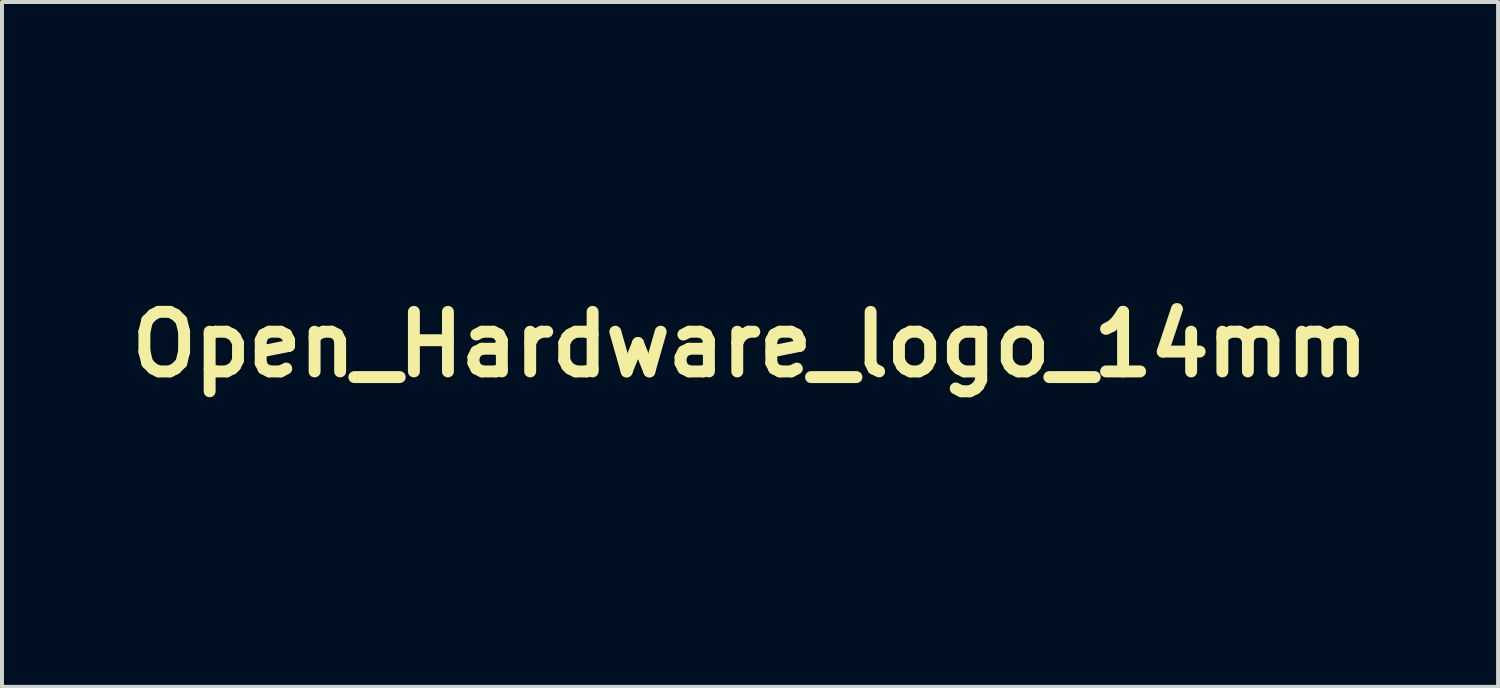
<source format=kicad_pcb>
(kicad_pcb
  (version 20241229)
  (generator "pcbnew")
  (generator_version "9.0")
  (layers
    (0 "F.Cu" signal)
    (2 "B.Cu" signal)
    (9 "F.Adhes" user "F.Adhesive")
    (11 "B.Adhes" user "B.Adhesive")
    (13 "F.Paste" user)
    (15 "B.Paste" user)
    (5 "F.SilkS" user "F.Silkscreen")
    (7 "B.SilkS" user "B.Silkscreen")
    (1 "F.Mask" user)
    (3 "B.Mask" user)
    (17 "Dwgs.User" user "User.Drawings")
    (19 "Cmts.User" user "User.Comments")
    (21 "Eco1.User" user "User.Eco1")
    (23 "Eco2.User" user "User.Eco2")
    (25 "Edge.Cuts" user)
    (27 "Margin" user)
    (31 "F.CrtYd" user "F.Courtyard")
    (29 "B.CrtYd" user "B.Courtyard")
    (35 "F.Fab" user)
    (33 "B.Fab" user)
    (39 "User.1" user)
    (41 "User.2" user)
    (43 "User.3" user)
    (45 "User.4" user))
  (footprint "Open_Hardware_logo_14mm"
    (layer "F.Cu")
    (at 15.836 5.624)
    (property "Reference" "Open_Hardware_logo_14mm" (at 0 0 0) (layer "F.SilkS") (effects (font (size 1.5 1.5) (thickness 0.3))))
    (attr board_only exclude_from_pos_files exclude_from_bom)
    (fp_poly (pts (xy 1.181 3.898) (xy 1.222 3.917) (xy 1.331 3.989) (xy 1.413 4.076) (xy 1.464 4.173) (xy 1.481 4.272) (xy 1.475 4.327) (xy 1.451 4.365) (xy 1.425 4.386) (xy 1.367 4.417) (xy 1.304 4.437) (xy 1.304 4.437) (xy 1.26 4.441) (xy 1.238 4.428) (xy 1.227 4.393) (xy 1.2 4.293) (xy 1.169 4.226) (xy 1.13 4.185) (xy 1.077 4.165) (xy 1.027 4.161) (xy 0.954 4.176) (xy 0.904 4.219) (xy 0.876 4.293) (xy 0.874 4.305) (xy 0.87 4.346) (xy 0.866 4.418) (xy 0.861 4.512) (xy 0.856 4.622) (xy 0.851 4.739) (xy 0.839 5.1) (xy 0.771 5.129) (xy 0.688 5.16) (xy 0.631 5.17) (xy 0.598 5.16) (xy 0.586 5.143) (xy 0.582 5.115) (xy 0.578 5.055) (xy 0.575 4.969) (xy 0.573 4.863) (xy 0.572 4.743) (xy 0.572 4.677) (xy 0.572 4.538) (xy 0.573 4.432) (xy 0.575 4.351) (xy 0.579 4.292) (xy 0.584 4.248) (xy 0.592 4.215) (xy 0.603 4.185) (xy 0.617 4.156) (xy 0.68 4.054) (xy 0.76 3.976) (xy 0.867 3.912) (xy 0.875 3.908) (xy 0.98 3.871) (xy 1.079 3.868)) (stroke (width 0) (type solid)) (fill yes) (layer "F.Mask"))
    (fp_poly (pts (xy 5.423 3.884) (xy 5.531 3.899) (xy 5.62 3.933) (xy 5.695 3.99) (xy 5.765 4.075) (xy 5.826 4.175) (xy 5.841 4.222) (xy 5.848 4.282) (xy 5.849 4.289) (xy 5.846 4.333) (xy 5.831 4.361) (xy 5.795 4.386) (xy 5.764 4.401) (xy 5.691 4.433) (xy 5.643 4.441) (xy 5.612 4.426) (xy 5.592 4.385) (xy 5.585 4.363) (xy 5.557 4.275) (xy 5.526 4.217) (xy 5.488 4.184) (xy 5.447 4.17) (xy 5.385 4.165) (xy 5.329 4.17) (xy 5.297 4.179) (xy 5.271 4.194) (xy 5.252 4.219) (xy 5.238 4.259) (xy 5.228 4.318) (xy 5.221 4.401) (xy 5.216 4.511) (xy 5.212 4.654) (xy 5.211 4.676) (xy 5.202 5.086) (xy 5.117 5.13) (xy 5.04 5.162) (xy 4.98 5.173) (xy 4.943 5.161) (xy 4.943 5.161) (xy 4.936 5.135) (xy 4.931 5.077) (xy 4.93 4.995) (xy 4.931 4.893) (xy 4.933 4.778) (xy 4.938 4.656) (xy 4.944 4.533) (xy 4.952 4.414) (xy 4.96 4.308) (xy 4.969 4.218) (xy 4.979 4.151) (xy 4.989 4.115) (xy 5.032 4.044) (xy 5.095 3.985) (xy 5.188 3.928) (xy 5.191 3.926) (xy 5.248 3.899) (xy 5.297 3.885) (xy 5.353 3.881)) (stroke (width 0) (type solid)) (fill yes) (layer "F.Mask"))
    (fp_poly (pts (xy -6.377 3.812) (xy -6.258 3.846) (xy -6.151 3.906) (xy -6.107 3.942) (xy -6.062 3.986) (xy -6.029 4.026) (xy -6.004 4.069) (xy -5.988 4.121) (xy -5.978 4.188) (xy -5.973 4.276) (xy -5.971 4.391) (xy -5.97 4.49) (xy -5.97 4.846) (xy -6.023 4.933) (xy -6.101 5.034) (xy -6.203 5.11) (xy -6.308 5.157) (xy -6.412 5.185) (xy -6.499 5.189) (xy -6.583 5.168) (xy -6.612 5.156) (xy -6.73 5.089) (xy -6.819 5.008) (xy -6.883 4.907) (xy -6.924 4.782) (xy -6.945 4.628) (xy -6.946 4.619) (xy -6.949 4.459) (xy -6.598 4.459) (xy -6.595 4.564) (xy -6.585 4.669) (xy -6.568 4.743) (xy -6.539 4.789) (xy -6.497 4.812) (xy -6.449 4.818) (xy -6.393 4.81) (xy -6.352 4.792) (xy -6.347 4.789) (xy -6.323 4.75) (xy -6.307 4.69) (xy -6.3 4.604) (xy -6.3 4.487) (xy -6.302 4.436) (xy -6.309 4.328) (xy -6.321 4.251) (xy -6.34 4.202) (xy -6.369 4.174) (xy -6.41 4.163) (xy -6.434 4.161) (xy -6.497 4.171) (xy -6.543 4.203) (xy -6.575 4.26) (xy -6.592 4.344) (xy -6.598 4.459) (xy -6.949 4.459) (xy -6.949 4.421) (xy -6.932 4.252) (xy -6.892 4.111) (xy -6.83 3.997) (xy -6.745 3.908) (xy -6.636 3.842) (xy -6.608 3.83) (xy -6.497 3.806)) (stroke (width 0) (type solid)) (fill yes) (layer "F.Mask"))
    (fp_poly (pts (xy -2.928 3.812) (xy -2.814 3.843) (xy -2.714 3.906) (xy -2.623 4.004) (xy -2.598 4.039) (xy -2.522 4.151) (xy -2.515 4.615) (xy -2.508 5.079) (xy -2.632 5.135) (xy -2.711 5.17) (xy -2.764 5.187) (xy -2.797 5.188) (xy -2.818 5.174) (xy -2.828 5.16) (xy -2.833 5.132) (xy -2.839 5.073) (xy -2.844 4.988) (xy -2.849 4.883) (xy -2.853 4.765) (xy -2.854 4.714) (xy -2.858 4.558) (xy -2.864 4.435) (xy -2.871 4.341) (xy -2.881 4.273) (xy -2.895 4.225) (xy -2.911 4.193) (xy -2.93 4.176) (xy -2.962 4.167) (xy -3.014 4.162) (xy -3.03 4.162) (xy -3.081 4.165) (xy -3.109 4.179) (xy -3.126 4.213) (xy -3.128 4.217) (xy -3.134 4.252) (xy -3.141 4.318) (xy -3.147 4.409) (xy -3.153 4.518) (xy -3.159 4.639) (xy -3.16 4.682) (xy -3.173 5.09) (xy -3.292 5.141) (xy -3.372 5.174) (xy -3.425 5.189) (xy -3.458 5.187) (xy -3.478 5.169) (xy -3.483 5.16) (xy -3.489 5.125) (xy -3.493 5.06) (xy -3.496 4.97) (xy -3.497 4.862) (xy -3.497 4.742) (xy -3.496 4.617) (xy -3.494 4.492) (xy -3.49 4.375) (xy -3.485 4.272) (xy -3.48 4.19) (xy -3.473 4.134) (xy -3.47 4.119) (xy -3.423 4.022) (xy -3.347 3.936) (xy -3.249 3.869) (xy -3.137 3.824) (xy -3.06 3.811)) (stroke (width 0) (type solid)) (fill yes) (layer "F.Mask"))
    (fp_poly (pts (xy -1.354 3.484) (xy -1.343 3.511) (xy -1.338 3.548) (xy -1.334 3.611) (xy -1.331 3.689) (xy -1.331 3.726) (xy -1.33 3.801) (xy -1.326 3.86) (xy -1.32 3.894) (xy -1.317 3.899) (xy -1.291 3.894) (xy -1.244 3.884) (xy -1.223 3.88) (xy -1.112 3.872) (xy -0.999 3.897) (xy -0.894 3.949) (xy -0.804 4.026) (xy -0.743 4.115) (xy -0.727 4.147) (xy -0.715 4.175) (xy -0.707 4.207) (xy -0.701 4.247) (xy -0.697 4.301) (xy -0.695 4.374) (xy -0.694 4.471) (xy -0.694 4.599) (xy -0.694 4.655) (xy -0.694 5.097) (xy -0.78 5.135) (xy -0.847 5.162) (xy -0.889 5.172) (xy -0.915 5.163) (xy -0.93 5.141) (xy -0.935 5.113) (xy -0.94 5.054) (xy -0.945 4.969) (xy -0.95 4.864) (xy -0.955 4.745) (xy -0.956 4.686) (xy -0.96 4.563) (xy -0.965 4.451) (xy -0.97 4.356) (xy -0.975 4.285) (xy -0.98 4.243) (xy -0.982 4.234) (xy -1.02 4.192) (xy -1.079 4.168) (xy -1.149 4.163) (xy -1.218 4.178) (xy -1.268 4.21) (xy -1.32 4.258) (xy -1.328 4.677) (xy -1.335 5.096) (xy -1.426 5.135) (xy -1.5 5.163) (xy -1.548 5.172) (xy -1.577 5.163) (xy -1.585 5.154) (xy -1.588 5.131) (xy -1.591 5.075) (xy -1.594 4.99) (xy -1.597 4.879) (xy -1.6 4.746) (xy -1.603 4.596) (xy -1.606 4.433) (xy -1.607 4.34) (xy -1.618 3.546) (xy -1.52 3.497) (xy -1.442 3.465) (xy -1.388 3.461)) (stroke (width 0) (type solid)) (fill yes) (layer "F.Mask"))
    (fp_poly (pts (xy -5.161 3.822) (xy -5.045 3.873) (xy -4.948 3.956) (xy -4.869 4.07) (xy -4.864 4.08) (xy -4.843 4.122) (xy -4.828 4.158) (xy -4.819 4.195) (xy -4.813 4.242) (xy -4.81 4.305) (xy -4.808 4.391) (xy -4.808 4.5) (xy -4.808 4.81) (xy -4.874 4.919) (xy -4.953 5.028) (xy -5.04 5.105) (xy -5.142 5.151) (xy -5.265 5.172) (xy -5.326 5.174) (xy -5.455 5.174) (xy -5.455 5.338) (xy -5.455 5.503) (xy -5.577 5.563) (xy -5.658 5.601) (xy -5.713 5.62) (xy -5.747 5.618) (xy -5.767 5.595) (xy -5.778 5.551) (xy -5.78 5.537) (xy -5.784 5.487) (xy -5.788 5.406) (xy -5.79 5.301) (xy -5.791 5.176) (xy -5.792 5.039) (xy -5.792 4.894) (xy -5.791 4.749) (xy -5.79 4.608) (xy -5.787 4.478) (xy -5.787 4.477) (xy -5.444 4.477) (xy -5.443 4.598) (xy -5.438 4.686) (xy -5.429 4.747) (xy -5.414 4.784) (xy -5.392 4.802) (xy -5.385 4.805) (xy -5.313 4.815) (xy -5.248 4.809) (xy -5.204 4.789) (xy -5.203 4.788) (xy -5.181 4.758) (xy -5.166 4.718) (xy -5.158 4.661) (xy -5.155 4.581) (xy -5.158 4.47) (xy -5.159 4.462) (xy -5.166 4.347) (xy -5.178 4.265) (xy -5.198 4.21) (xy -5.227 4.178) (xy -5.269 4.164) (xy -5.305 4.161) (xy -5.356 4.166) (xy -5.393 4.184) (xy -5.418 4.22) (xy -5.433 4.279) (xy -5.441 4.365) (xy -5.444 4.477) (xy -5.787 4.477) (xy -5.785 4.365) (xy -5.781 4.275) (xy -5.777 4.214) (xy -5.775 4.197) (xy -5.737 4.074) (xy -5.669 3.969) (xy -5.576 3.887) (xy -5.462 3.832) (xy -5.332 3.807) (xy -5.294 3.805)) (stroke (width 0) (type solid)) (fill yes) (layer "F.Mask"))
    (fp_poly (pts (xy 0.11 3.9) (xy 0.219 3.962) (xy 0.317 4.057) (xy 0.335 4.079) (xy 0.394 4.156) (xy 0.394 4.633) (xy 0.394 5.11) (xy 0.333 5.131) (xy 0.286 5.141) (xy 0.213 5.15) (xy 0.124 5.158) (xy 0.027 5.163) (xy -0.068 5.165) (xy -0.154 5.165) (xy -0.22 5.162) (xy -0.258 5.155) (xy -0.259 5.155) (xy -0.36 5.093) (xy -0.438 5.008) (xy -0.488 4.905) (xy -0.503 4.809) (xy -0.215 4.809) (xy -0.206 4.846) (xy -0.193 4.871) (xy -0.173 4.885) (xy -0.135 4.891) (xy -0.069 4.893) (xy -0.067 4.893) (xy -0.003 4.895) (xy 0.045 4.902) (xy 0.066 4.911) (xy 0.079 4.927) (xy 0.087 4.92) (xy 0.092 4.887) (xy 0.094 4.822) (xy 0.094 4.78) (xy 0.091 4.701) (xy 0.085 4.649) (xy 0.074 4.63) (xy 0.074 4.63) (xy 0.041 4.638) (xy -0.011 4.659) (xy -0.072 4.688) (xy -0.133 4.719) (xy -0.183 4.748) (xy -0.211 4.769) (xy -0.214 4.773) (xy -0.215 4.809) (xy -0.503 4.809) (xy -0.506 4.792) (xy -0.499 4.711) (xy -0.474 4.643) (xy -0.427 4.583) (xy -0.355 4.526) (xy -0.252 4.469) (xy -0.178 4.433) (xy -0.101 4.398) (xy -0.03 4.365) (xy 0.023 4.34) (xy 0.033 4.336) (xy 0.079 4.301) (xy 0.093 4.259) (xy 0.079 4.218) (xy 0.041 4.184) (xy -0.019 4.164) (xy -0.052 4.161) (xy -0.115 4.168) (xy -0.16 4.192) (xy -0.198 4.24) (xy -0.224 4.29) (xy -0.279 4.374) (xy -0.352 4.425) (xy -0.438 4.443) (xy -0.485 4.429) (xy -0.509 4.388) (xy -0.51 4.318) (xy -0.507 4.293) (xy -0.468 4.159) (xy -0.399 4.047) (xy -0.303 3.959) (xy -0.184 3.898) (xy -0.121 3.88) (xy -0.004 3.872)) (stroke (width 0) (type solid)) (fill yes) (layer "F.Mask"))
    (fp_poly (pts (xy -4.064 3.81) (xy -4.004 3.823) (xy -3.945 3.851) (xy -3.944 3.852) (xy -3.826 3.935) (xy -3.743 4.029) (xy -3.689 4.14) (xy -3.662 4.271) (xy -3.662 4.279) (xy -3.656 4.346) (xy -3.66 4.39) (xy -3.678 4.423) (xy -3.716 4.457) (xy -3.758 4.489) (xy -3.78 4.506) (xy -3.775 4.515) (xy -3.739 4.517) (xy -3.723 4.517) (xy -3.65 4.518) (xy -3.661 4.647) (xy -3.689 4.802) (xy -3.744 4.934) (xy -3.824 5.04) (xy -3.927 5.119) (xy -4.052 5.169) (xy -4.149 5.185) (xy -4.229 5.185) (xy -4.299 5.166) (xy -4.332 5.151) (xy -4.455 5.074) (xy -4.548 4.98) (xy -4.601 4.896) (xy -4.619 4.858) (xy -4.632 4.825) (xy -4.641 4.789) (xy -4.644 4.761) (xy -4.277 4.761) (xy -4.266 4.776) (xy -4.261 4.781) (xy -4.209 4.81) (xy -4.143 4.816) (xy -4.081 4.799) (xy -4.05 4.777) (xy -4.022 4.733) (xy -4.012 4.694) (xy -3.999 4.65) (xy -3.983 4.63) (xy -3.959 4.606) (xy -3.968 4.6) (xy -4.006 4.611) (xy -4.074 4.64) (xy -4.133 4.668) (xy -4.208 4.704) (xy -4.253 4.729) (xy -4.275 4.746) (xy -4.277 4.761) (xy -4.644 4.761) (xy -4.646 4.744) (xy -4.648 4.682) (xy -4.647 4.597) (xy -4.645 4.481) (xy -4.645 4.474) (xy -4.642 4.316) (xy -4.292 4.316) (xy -4.287 4.333) (xy -4.267 4.336) (xy -4.228 4.324) (xy -4.164 4.294) (xy -4.125 4.274) (xy -4.07 4.239) (xy -4.051 4.209) (xy -4.069 4.185) (xy -4.116 4.169) (xy -4.194 4.169) (xy -4.251 4.198) (xy -4.285 4.256) (xy -4.292 4.316) (xy -4.642 4.316) (xy -4.639 4.152) (xy -4.574 4.047) (xy -4.491 3.939) (xy -4.394 3.865) (xy -4.279 3.821) (xy -4.144 3.807)) (stroke (width 0) (type solid)) (fill yes) (layer "F.Mask"))
    (fp_poly (pts (xy 6.601 3.888) (xy 6.667 3.918) (xy 6.78 3.989) (xy 6.859 4.069) (xy 6.909 4.165) (xy 6.933 4.281) (xy 6.936 4.355) (xy 6.936 4.464) (xy 6.847 4.502) (xy 6.772 4.535) (xy 6.685 4.576) (xy 6.593 4.619) (xy 6.505 4.662) (xy 6.426 4.701) (xy 6.366 4.732) (xy 6.331 4.751) (xy 6.329 4.753) (xy 6.31 4.77) (xy 6.31 4.787) (xy 6.334 4.815) (xy 6.353 4.835) (xy 6.423 4.882) (xy 6.495 4.894) (xy 6.563 4.874) (xy 6.621 4.822) (xy 6.656 4.755) (xy 6.701 4.683) (xy 6.772 4.631) (xy 6.86 4.607) (xy 6.862 4.607) (xy 6.926 4.602) (xy 6.932 4.714) (xy 6.933 4.778) (xy 6.925 4.826) (xy 6.905 4.876) (xy 6.869 4.94) (xy 6.866 4.944) (xy 6.798 5.041) (xy 6.728 5.107) (xy 6.647 5.146) (xy 6.546 5.165) (xy 6.505 5.167) (xy 6.398 5.166) (xy 6.321 5.152) (xy 6.302 5.145) (xy 6.207 5.084) (xy 6.124 4.999) (xy 6.072 4.917) (xy 6.057 4.882) (xy 6.046 4.846) (xy 6.039 4.801) (xy 6.034 4.74) (xy 6.032 4.657) (xy 6.032 4.544) (xy 6.032 4.528) (xy 6.032 4.443) (xy 6.293 4.443) (xy 6.404 4.394) (xy 6.475 4.361) (xy 6.545 4.327) (xy 6.583 4.307) (xy 6.629 4.273) (xy 6.639 4.241) (xy 6.612 4.209) (xy 6.578 4.189) (xy 6.495 4.162) (xy 6.421 4.17) (xy 6.361 4.21) (xy 6.32 4.279) (xy 6.305 4.347) (xy 6.293 4.443) (xy 6.032 4.443) (xy 6.032 4.412) (xy 6.034 4.326) (xy 6.038 4.264) (xy 6.044 4.218) (xy 6.054 4.182) (xy 6.069 4.147) (xy 6.076 4.133) (xy 6.129 4.044) (xy 6.194 3.977) (xy 6.28 3.923) (xy 6.309 3.909) (xy 6.411 3.872) (xy 6.505 3.865)) (stroke (width 0) (type solid)) (fill yes) (layer "F.Mask"))
    (fp_poly (pts (xy 2.553 3.456) (xy 2.567 3.477) (xy 2.576 3.515) (xy 2.582 3.572) (xy 2.585 3.653) (xy 2.586 3.76) (xy 2.586 3.896) (xy 2.584 4.066) (xy 2.583 4.166) (xy 2.582 4.35) (xy 2.58 4.501) (xy 2.578 4.623) (xy 2.575 4.719) (xy 2.57 4.793) (xy 2.562 4.85) (xy 2.553 4.894) (xy 2.539 4.929) (xy 2.522 4.958) (xy 2.501 4.986) (xy 2.475 5.017) (xy 2.469 5.024) (xy 2.389 5.1) (xy 2.3 5.148) (xy 2.193 5.17) (xy 2.119 5.172) (xy 2.028 5.168) (xy 1.965 5.156) (xy 1.923 5.136) (xy 1.811 5.046) (xy 1.727 4.939) (xy 1.704 4.897) (xy 1.687 4.86) (xy 1.675 4.822) (xy 1.668 4.778) (xy 1.663 4.719) (xy 1.662 4.637) (xy 1.662 4.548) (xy 1.95 4.548) (xy 1.95 4.645) (xy 1.952 4.713) (xy 1.957 4.758) (xy 1.967 4.788) (xy 1.981 4.811) (xy 1.992 4.823) (xy 2.061 4.876) (xy 2.138 4.892) (xy 2.219 4.875) (xy 2.255 4.85) (xy 2.28 4.806) (xy 2.296 4.738) (xy 2.304 4.641) (xy 2.304 4.513) (xy 2.303 4.485) (xy 2.3 4.389) (xy 2.296 4.323) (xy 2.289 4.28) (xy 2.279 4.251) (xy 2.263 4.229) (xy 2.244 4.21) (xy 2.18 4.172) (xy 2.11 4.162) (xy 2.044 4.179) (xy 1.992 4.22) (xy 1.969 4.261) (xy 1.961 4.301) (xy 1.955 4.37) (xy 1.951 4.456) (xy 1.95 4.548) (xy 1.662 4.548) (xy 1.662 4.527) (xy 1.663 4.414) (xy 1.666 4.331) (xy 1.671 4.27) (xy 1.679 4.224) (xy 1.692 4.185) (xy 1.702 4.161) (xy 1.761 4.06) (xy 1.838 3.982) (xy 1.903 3.937) (xy 1.946 3.914) (xy 1.99 3.9) (xy 2.047 3.893) (xy 2.128 3.89) (xy 2.142 3.89) (xy 2.306 3.89) (xy 2.306 3.753) (xy 2.311 3.65) (xy 2.329 3.577) (xy 2.363 3.525) (xy 2.417 3.489) (xy 2.445 3.477) (xy 2.481 3.462) (xy 2.511 3.452) (xy 2.535 3.449)) (stroke (width 0) (type solid)) (fill yes) (layer "F.Mask"))
    (fp_poly (pts (xy 4.367 3.872) (xy 4.473 3.906) (xy 4.574 3.966) (xy 4.662 4.049) (xy 4.721 4.133) (xy 4.731 4.158) (xy 4.739 4.192) (xy 4.745 4.24) (xy 4.75 4.309) (xy 4.754 4.401) (xy 4.756 4.523) (xy 4.758 4.627) (xy 4.759 4.776) (xy 4.759 4.891) (xy 4.757 4.977) (xy 4.754 5.036) (xy 4.748 5.074) (xy 4.74 5.093) (xy 4.688 5.131) (xy 4.608 5.155) (xy 4.508 5.164) (xy 4.429 5.168) (xy 4.349 5.175) (xy 4.311 5.179) (xy 4.251 5.184) (xy 4.201 5.183) (xy 4.19 5.181) (xy 4.13 5.159) (xy 4.058 5.126) (xy 3.993 5.089) (xy 3.962 5.067) (xy 3.915 5.011) (xy 3.875 4.935) (xy 3.848 4.855) (xy 3.845 4.826) (xy 4.13 4.826) (xy 4.147 4.86) (xy 4.197 4.882) (xy 4.281 4.891) (xy 4.322 4.892) (xy 4.381 4.895) (xy 4.415 4.906) (xy 4.437 4.93) (xy 4.444 4.942) (xy 4.458 4.966) (xy 4.466 4.969) (xy 4.471 4.947) (xy 4.475 4.895) (xy 4.476 4.854) (xy 4.478 4.779) (xy 4.476 4.715) (xy 4.472 4.674) (xy 4.471 4.672) (xy 4.457 4.643) (xy 4.428 4.638) (xy 4.409 4.642) (xy 4.342 4.663) (xy 4.27 4.693) (xy 4.206 4.728) (xy 4.159 4.76) (xy 4.144 4.778) (xy 4.13 4.826) (xy 3.845 4.826) (xy 3.843 4.808) (xy 3.854 4.729) (xy 3.883 4.648) (xy 3.923 4.584) (xy 3.936 4.571) (xy 3.972 4.545) (xy 4.036 4.508) (xy 4.12 4.463) (xy 4.217 4.415) (xy 4.302 4.375) (xy 4.364 4.346) (xy 4.42 4.315) (xy 4.43 4.31) (xy 4.483 4.278) (xy 4.426 4.22) (xy 4.358 4.172) (xy 4.287 4.159) (xy 4.22 4.179) (xy 4.162 4.232) (xy 4.128 4.292) (xy 4.076 4.372) (xy 4.003 4.423) (xy 3.909 4.442) (xy 3.898 4.443) (xy 3.838 4.443) (xy 3.851 4.328) (xy 3.875 4.205) (xy 3.918 4.102) (xy 3.96 4.041) (xy 3.985 4.008) (xy 3.993 3.988) (xy 4.009 3.971) (xy 4.051 3.946) (xy 4.11 3.919) (xy 4.174 3.895) (xy 4.235 3.876) (xy 4.264 3.87)) (stroke (width 0) (type solid)) (fill yes) (layer "F.Mask"))
    (fp_poly (pts (xy 2.906 3.892) (xy 2.91 3.946) (xy 2.914 4.026) (xy 2.919 4.129) (xy 2.923 4.249) (xy 2.926 4.355) (xy 2.929 4.486) (xy 2.934 4.605) (xy 2.938 4.708) (xy 2.943 4.788) (xy 2.948 4.841) (xy 2.951 4.86) (xy 2.979 4.887) (xy 3 4.893) (xy 3.017 4.891) (xy 3.03 4.882) (xy 3.039 4.861) (xy 3.046 4.824) (xy 3.052 4.767) (xy 3.057 4.683) (xy 3.061 4.57) (xy 3.064 4.49) (xy 3.069 4.373) (xy 3.074 4.261) (xy 3.079 4.164) (xy 3.083 4.09) (xy 3.087 4.053) (xy 3.095 3.993) (xy 3.11 3.958) (xy 3.14 3.933) (xy 3.169 3.917) (xy 3.241 3.889) (xy 3.299 3.882) (xy 3.336 3.897) (xy 3.344 3.909) (xy 3.347 3.935) (xy 3.351 3.994) (xy 3.356 4.078) (xy 3.36 4.185) (xy 3.364 4.307) (xy 3.368 4.415) (xy 3.372 4.562) (xy 3.375 4.674) (xy 3.379 4.758) (xy 3.383 4.817) (xy 3.388 4.856) (xy 3.394 4.879) (xy 3.402 4.889) (xy 3.413 4.892) (xy 3.415 4.893) (xy 3.437 4.887) (xy 3.455 4.868) (xy 3.469 4.832) (xy 3.479 4.775) (xy 3.488 4.693) (xy 3.494 4.582) (xy 3.499 4.44) (xy 3.501 4.371) (xy 3.511 3.952) (xy 3.594 3.916) (xy 3.653 3.894) (xy 3.705 3.882) (xy 3.72 3.88) (xy 3.74 3.882) (xy 3.753 3.893) (xy 3.762 3.919) (xy 3.768 3.967) (xy 3.775 4.044) (xy 3.777 4.071) (xy 3.78 4.158) (xy 3.782 4.27) (xy 3.782 4.396) (xy 3.779 4.524) (xy 3.777 4.582) (xy 3.769 4.729) (xy 3.759 4.844) (xy 3.744 4.933) (xy 3.723 5) (xy 3.695 5.05) (xy 3.658 5.091) (xy 3.622 5.117) (xy 3.589 5.138) (xy 3.555 5.152) (xy 3.513 5.16) (xy 3.453 5.164) (xy 3.367 5.165) (xy 3.337 5.166) (xy 3.241 5.167) (xy 3.15 5.171) (xy 3.075 5.177) (xy 3.037 5.181) (xy 2.975 5.187) (xy 2.924 5.176) (xy 2.87 5.151) (xy 2.805 5.108) (xy 2.744 5.053) (xy 2.729 5.035) (xy 2.671 4.964) (xy 2.665 4.463) (xy 2.66 3.961) (xy 2.775 3.91) (xy 2.834 3.885) (xy 2.88 3.871) (xy 2.902 3.87)) (stroke (width 0) (type solid)) (fill yes) (layer "F.Mask"))
    (fp_poly (pts (xy 0.066 -5.624) (xy 0.197 -5.623) (xy 0.321 -5.62) (xy 0.432 -5.617) (xy 0.525 -5.612) (xy 0.595 -5.606) (xy 0.635 -5.6) (xy 0.636 -5.599) (xy 0.698 -5.562) (xy 0.735 -5.519) (xy 0.748 -5.484) (xy 0.766 -5.418) (xy 0.789 -5.326) (xy 0.815 -5.214) (xy 0.842 -5.086) (xy 0.862 -4.984) (xy 0.895 -4.818) (xy 0.922 -4.685) (xy 0.944 -4.58) (xy 0.965 -4.499) (xy 0.986 -4.438) (xy 1.008 -4.393) (xy 1.034 -4.36) (xy 1.065 -4.335) (xy 1.104 -4.312) (xy 1.151 -4.29) (xy 1.177 -4.278) (xy 1.329 -4.209) (xy 1.471 -4.15) (xy 1.599 -4.103) (xy 1.707 -4.07) (xy 1.79 -4.052) (xy 1.823 -4.049) (xy 1.876 -4.059) (xy 1.935 -4.083) (xy 1.947 -4.09) (xy 2.02 -4.135) (xy 2.11 -4.194) (xy 2.213 -4.261) (xy 2.321 -4.334) (xy 2.428 -4.407) (xy 2.528 -4.476) (xy 2.614 -4.537) (xy 2.679 -4.585) (xy 2.71 -4.609) (xy 2.741 -4.629) (xy 2.786 -4.654) (xy 2.789 -4.656) (xy 2.823 -4.673) (xy 2.854 -4.684) (xy 2.884 -4.685) (xy 2.917 -4.676) (xy 2.956 -4.654) (xy 3.005 -4.617) (xy 3.067 -4.562) (xy 3.146 -4.487) (xy 3.245 -4.389) (xy 3.356 -4.279) (xy 3.493 -4.141) (xy 3.603 -4.027) (xy 3.687 -3.936) (xy 3.744 -3.87) (xy 3.774 -3.828) (xy 3.778 -3.818) (xy 3.783 -3.797) (xy 3.783 -3.775) (xy 3.778 -3.75) (xy 3.764 -3.718) (xy 3.74 -3.673) (xy 3.704 -3.613) (xy 3.653 -3.533) (xy 3.586 -3.429) (xy 3.514 -3.318) (xy 3.416 -3.168) (xy 3.337 -3.045) (xy 3.277 -2.947) (xy 3.231 -2.869) (xy 3.2 -2.81) (xy 3.18 -2.765) (xy 3.17 -2.732) (xy 3.168 -2.712) (xy 3.177 -2.654) (xy 3.201 -2.571) (xy 3.238 -2.471) (xy 3.284 -2.362) (xy 3.335 -2.249) (xy 3.389 -2.139) (xy 3.443 -2.041) (xy 3.492 -1.961) (xy 3.534 -1.905) (xy 3.552 -1.889) (xy 3.57 -1.878) (xy 3.601 -1.867) (xy 3.648 -1.854) (xy 3.715 -1.837) (xy 3.806 -1.817) (xy 3.924 -1.791) (xy 4.075 -1.76) (xy 4.121 -1.75) (xy 4.248 -1.724) (xy 4.369 -1.698) (xy 4.476 -1.673) (xy 4.562 -1.652) (xy 4.622 -1.637) (xy 4.637 -1.632) (xy 4.733 -1.599) (xy 4.738 -1.033) (xy 4.739 -0.888) (xy 4.739 -0.753) (xy 4.738 -0.632) (xy 4.735 -0.532) (xy 4.733 -0.457) (xy 4.729 -0.413) (xy 4.728 -0.407) (xy 4.716 -0.375) (xy 4.695 -0.349) (xy 4.661 -0.325) (xy 4.609 -0.303) (xy 4.536 -0.28) (xy 4.437 -0.256) (xy 4.307 -0.228) (xy 4.206 -0.208) (xy 4.03 -0.173) (xy 3.886 -0.144) (xy 3.772 -0.12) (xy 3.683 -0.099) (xy 3.616 -0.08) (xy 3.567 -0.062) (xy 3.533 -0.042) (xy 3.509 -0.021) (xy 3.491 0.005) (xy 3.477 0.036) (xy 3.462 0.073) (xy 3.461 0.075) (xy 3.395 0.238) (xy 3.342 0.371) (xy 3.301 0.479) (xy 3.27 0.565) (xy 3.249 0.635) (xy 3.236 0.692) (xy 3.229 0.741) (xy 3.227 0.787) (xy 3.229 0.825) (xy 3.235 0.888) (xy 3.247 0.941) (xy 3.27 0.996) (xy 3.308 1.064) (xy 3.328 1.097) (xy 3.372 1.165) (xy 3.41 1.223) (xy 3.437 1.262) (xy 3.444 1.271) (xy 3.465 1.301) (xy 3.468 1.312) (xy 3.479 1.338) (xy 3.492 1.353) (xy 3.517 1.385) (xy 3.557 1.441) (xy 3.604 1.511) (xy 3.654 1.587) (xy 3.701 1.66) (xy 3.739 1.721) (xy 3.762 1.763) (xy 3.764 1.768) (xy 3.778 1.804) (xy 3.786 1.836) (xy 3.784 1.868) (xy 3.77 1.903) (xy 3.742 1.946) (xy 3.697 2.001) (xy 3.633 2.07) (xy 3.547 2.159) (xy 3.444 2.263) (xy 3.315 2.393) (xy 3.208 2.498) (xy 3.121 2.58) (xy 3.051 2.642) (xy 2.995 2.685) (xy 2.951 2.713) (xy 2.915 2.727) (xy 2.885 2.73) (xy 2.871 2.728) (xy 2.836 2.714) (xy 2.78 2.684) (xy 2.709 2.644) (xy 2.635 2.599) (xy 2.564 2.555) (xy 2.507 2.516) (xy 2.48 2.494) (xy 2.446 2.471) (xy 2.409 2.453) (xy 2.375 2.432) (xy 2.362 2.416) (xy 2.347 2.4) (xy 2.325 2.39) (xy 2.282 2.369) (xy 2.264 2.356) (xy 2.217 2.317) (xy 2.155 2.274) (xy 2.085 2.23) (xy 2.018 2.192) (xy 1.963 2.166) (xy 1.929 2.156) (xy 1.892 2.163) (xy 1.83 2.182) (xy 1.753 2.21) (xy 1.698 2.232) (xy 1.594 2.272) (xy 1.516 2.293) (xy 1.46 2.295) (xy 1.419 2.279) (xy 1.388 2.244) (xy 1.348 2.175) (xy 1.301 2.082) (xy 1.244 1.961) (xy 1.179 1.813) (xy 1.103 1.633) (xy 1.016 1.422) (xy 0.948 1.256) (xy 0.913 1.169) (xy 0.882 1.093) (xy 0.858 1.035) (xy 0.845 1.003) (xy 0.844 1.003) (xy 0.766 0.824) (xy 0.701 0.664) (xy 0.65 0.526) (xy 0.613 0.413) (xy 0.591 0.327) (xy 0.586 0.271) (xy 0.588 0.26) (xy 0.609 0.228) (xy 0.652 0.183) (xy 0.708 0.136) (xy 0.715 0.131) (xy 0.881 -0.011) (xy 1.026 -0.172) (xy 1.147 -0.348) (xy 1.238 -0.534) (xy 1.299 -0.723) (xy 1.32 -0.853) (xy 1.323 -1.017) (xy 1.302 -1.189) (xy 1.26 -1.36) (xy 1.199 -1.52) (xy 1.123 -1.662) (xy 1.034 -1.776) (xy 0.963 -1.841) (xy 0.879 -1.91) (xy 0.787 -1.976) (xy 0.695 -2.037) (xy 0.609 -2.087) (xy 0.537 -2.122) (xy 0.485 -2.137) (xy 0.479 -2.137) (xy 0.45 -2.145) (xy 0.406 -2.165) (xy 0.404 -2.166) (xy 0.366 -2.179) (xy 0.308 -2.188) (xy 0.224 -2.193) (xy 0.114 -2.195) (xy -0.06 -2.191) (xy -0.206 -2.176) (xy -0.333 -2.149) (xy -0.449 -2.107) (xy -0.561 -2.049) (xy -0.562 -2.049) (xy -0.723 -1.934) (xy -0.862 -1.793) (xy -0.976 -1.629) (xy -1.065 -1.449) (xy -1.126 -1.255) (xy -1.158 -1.052) (xy -1.16 -0.845) (xy -1.13 -0.638) (xy -1.088 -0.492) (xy -1.053 -0.409) (xy -1.007 -0.328) (xy -0.945 -0.242) (xy -0.864 -0.148) (xy -0.759 -0.04) (xy -0.673 0.043) (xy -0.427 0.277) (xy -0.459 0.387) (xy -0.478 0.443) (xy -0.507 0.527) (xy -0.546 0.63) (xy -0.589 0.745) (xy -0.636 0.864) (xy -0.682 0.98) (xy -0.725 1.086) (xy -0.762 1.174) (xy -0.78 1.214) (xy -0.804 1.269) (xy -0.82 1.309) (xy -0.825 1.323) (xy -0.832 1.342) (xy -0.851 1.39) (xy -0.88 1.46) (xy -0.916 1.545) (xy -0.935 1.589) (xy -1.009 1.764) (xy -1.07 1.906) (xy -1.118 2.019) (xy -1.153 2.105) (xy -1.178 2.166) (xy -1.193 2.206) (xy -1.199 2.226) (xy -1.2 2.228) (xy -1.215 2.256) (xy -1.25 2.289) (xy -1.292 2.315) (xy -1.325 2.324) (xy -1.357 2.316) (xy -1.414 2.294) (xy -1.484 2.262) (xy -1.53 2.24) (xy -1.621 2.196) (xy -1.689 2.17) (xy -1.741 2.159) (xy -1.785 2.164) (xy -1.83 2.183) (xy -1.842 2.189) (xy -1.886 2.215) (xy -1.952 2.255) (xy -2.032 2.305) (xy -2.12 2.361) (xy -2.208 2.418) (xy -2.29 2.471) (xy -2.36 2.517) (xy -2.409 2.551) (xy -2.429 2.566) (xy -2.465 2.59) (xy -2.52 2.622) (xy -2.587 2.658) (xy -2.654 2.692) (xy -2.712 2.719) (xy -2.753 2.735) (xy -2.763 2.737) (xy -2.784 2.724) (xy -2.828 2.688) (xy -2.891 2.632) (xy -2.97 2.559) (xy -3.061 2.472) (xy -3.162 2.374) (xy -3.204 2.333) (xy -3.307 2.23) (xy -3.402 2.135) (xy -3.485 2.049) (xy -3.554 1.978) (xy -3.604 1.924) (xy -3.632 1.891) (xy -3.636 1.885) (xy -3.647 1.854) (xy -3.643 1.821) (xy -3.62 1.772) (xy -3.613 1.76) (xy -3.585 1.713) (xy -3.547 1.651) (xy -3.503 1.584) (xy -3.46 1.519) (xy -3.423 1.465) (xy -3.398 1.431) (xy -3.392 1.425) (xy -3.369 1.396) (xy -3.332 1.343) (xy -3.284 1.272) (xy -3.232 1.19) (xy -3.179 1.106) (xy -3.13 1.026) (xy -3.09 0.958) (xy -3.064 0.91) (xy -3.056 0.893) (xy -3.048 0.864) (xy -3.044 0.835) (xy -3.047 0.801) (xy -3.056 0.757) (xy -3.074 0.698) (xy -3.102 0.619) (xy -3.14 0.516) (xy -3.191 0.384) (xy -3.198 0.366) (xy -3.248 0.238) (xy -3.286 0.141) (xy -3.316 0.07) (xy -3.339 0.02) (xy -3.359 -0.013) (xy -3.377 -0.034) (xy -3.397 -0.048) (xy -3.42 -0.059) (xy -3.428 -0.063) (xy -3.461 -0.076) (xy -3.493 -0.088) (xy -3.528 -0.099) (xy -3.572 -0.11) (xy -3.631 -0.123) (xy -3.709 -0.139) (xy -3.813 -0.159) (xy -3.948 -0.185) (xy -3.961 -0.187) (xy -4.083 -0.211) (xy -4.2 -0.235) (xy -4.303 -0.258) (xy -4.385 -0.277) (xy -4.439 -0.292) (xy -4.443 -0.293) (xy -4.546 -0.328) (xy -4.558 -0.426) (xy -4.561 -0.471) (xy -4.566 -0.546) (xy -4.57 -0.648) (xy -4.575 -0.77) (xy -4.579 -0.905) (xy -4.582 -1.003) (xy -4.299 -1.003) (xy -4.297 -0.863) (xy -4.29 -0.756) (xy -4.276 -0.677) (xy -4.254 -0.621) (xy -4.223 -0.584) (xy -4.196 -0.567) (xy -4.135 -0.545) (xy -4.04 -0.518) (xy -3.914 -0.488) (xy -3.76 -0.456) (xy -3.58 -0.423) (xy -3.571 -0.421) (xy -3.441 -0.398) (xy -3.342 -0.38) (xy -3.268 -0.362) (xy -3.214 -0.339) (xy -3.174 -0.308) (xy -3.141 -0.263) (xy -3.112 -0.201) (xy -3.079 -0.117) (xy -3.038 -0.006) (xy -3.035 0) (xy -2.987 0.124) (xy -2.935 0.254) (xy -2.884 0.379) (xy -2.837 0.488) (xy -2.812 0.544) (xy -2.764 0.652) (xy -2.73 0.734) (xy -2.711 0.796) (xy -2.703 0.843) (xy -2.707 0.883) (xy -2.719 0.921) (xy -2.72 0.923) (xy -2.737 0.956) (xy -2.771 1.013) (xy -2.815 1.086) (xy -2.866 1.167) (xy -2.919 1.248) (xy -2.968 1.323) (xy -3.01 1.384) (xy -3.032 1.415) (xy -3.06 1.457) (xy -3.097 1.517) (xy -3.139 1.589) (xy -3.18 1.663) (xy -3.218 1.732) (xy -3.246 1.789) (xy -3.26 1.824) (xy -3.262 1.83) (xy -3.249 1.853) (xy -3.213 1.897) (xy -3.159 1.955) (xy -3.092 2.023) (xy -3.019 2.096) (xy -2.943 2.169) (xy -2.87 2.237) (xy -2.805 2.294) (xy -2.754 2.337) (xy -2.721 2.359) (xy -2.714 2.361) (xy -2.678 2.353) (xy -2.628 2.331) (xy -2.614 2.324) (xy -2.548 2.286) (xy -2.49 2.25) (xy -2.449 2.222) (xy -2.437 2.212) (xy -2.418 2.198) (xy -2.376 2.169) (xy -2.317 2.129) (xy -2.287 2.109) (xy -2.204 2.053) (xy -2.108 1.986) (xy -2.017 1.922) (xy -1.996 1.906) (xy -1.923 1.854) (xy -1.865 1.822) (xy -1.812 1.807) (xy -1.756 1.811) (xy -1.686 1.831) (xy -1.593 1.867) (xy -1.575 1.875) (xy -1.501 1.903) (xy -1.455 1.916) (xy -1.429 1.915) (xy -1.42 1.908) (xy -1.388 1.854) (xy -1.345 1.771) (xy -1.294 1.665) (xy -1.238 1.541) (xy -1.178 1.406) (xy -1.118 1.265) (xy -1.06 1.125) (xy -1.006 0.991) (xy -0.96 0.869) (xy -0.931 0.787) (xy -0.909 0.725) (xy -0.881 0.646) (xy -0.854 0.572) (xy -0.831 0.504) (xy -0.813 0.446) (xy -0.806 0.411) (xy -0.806 0.409) (xy -0.817 0.379) (xy -0.847 0.332) (xy -0.876 0.293) (xy -0.922 0.238) (xy -0.98 0.167) (xy -1.041 0.093) (xy -1.059 0.071) (xy -1.187 -0.094) (xy -1.286 -0.248) (xy -1.359 -0.397) (xy -1.41 -0.55) (xy -1.442 -0.714) (xy -1.457 -0.886) (xy -1.452 -1.123) (xy -1.415 -1.345) (xy -1.344 -1.556) (xy -1.237 -1.758) (xy -1.117 -1.927) (xy -1.047 -2.006) (xy -0.961 -2.089) (xy -0.868 -2.169) (xy -0.78 -2.235) (xy -0.709 -2.279) (xy -0.659 -2.306) (xy -0.621 -2.331) (xy -0.619 -2.333) (xy -0.579 -2.355) (xy -0.513 -2.384) (xy -0.433 -2.414) (xy -0.348 -2.442) (xy -0.269 -2.465) (xy -0.227 -2.474) (xy -0.127 -2.486) (xy -0.004 -2.492) (xy 0.131 -2.491) (xy 0.264 -2.484) (xy 0.382 -2.47) (xy 0.403 -2.466) (xy 0.597 -2.414) (xy 0.791 -2.325) (xy 0.98 -2.204) (xy 1.132 -2.078) (xy 1.194 -2.017) (xy 1.254 -1.951) (xy 1.298 -1.895) (xy 1.299 -1.893) (xy 1.333 -1.845) (xy 1.36 -1.81) (xy 1.369 -1.8) (xy 1.388 -1.775) (xy 1.415 -1.725) (xy 1.449 -1.657) (xy 1.483 -1.582) (xy 1.515 -1.508) (xy 1.539 -1.445) (xy 1.545 -1.425) (xy 1.562 -1.346) (xy 1.575 -1.233) (xy 1.584 -1.083) (xy 1.587 -1.012) (xy 1.59 -0.859) (xy 1.587 -0.735) (xy 1.577 -0.631) (xy 1.558 -0.539) (xy 1.529 -0.451) (xy 1.497 -0.375) (xy 1.471 -0.323) (xy 1.436 -0.258) (xy 1.398 -0.19) (xy 1.361 -0.127) (xy 1.331 -0.08) (xy 1.313 -0.056) (xy 1.296 -0.037) (xy 1.265 0.002) (xy 1.238 0.037) (xy 1.192 0.095) (xy 1.146 0.148) (xy 1.126 0.169) (xy 1.045 0.251) (xy 0.991 0.315) (xy 0.959 0.364) (xy 0.947 0.403) (xy 0.949 0.427) (xy 0.964 0.474) (xy 0.988 0.546) (xy 1.02 0.633) (xy 1.055 0.726) (xy 1.09 0.815) (xy 1.121 0.891) (xy 1.145 0.944) (xy 1.167 0.993) (xy 1.18 1.027) (xy 1.181 1.034) (xy 1.188 1.058) (xy 1.208 1.111) (xy 1.239 1.185) (xy 1.277 1.275) (xy 1.319 1.375) (xy 1.364 1.479) (xy 1.409 1.581) (xy 1.451 1.674) (xy 1.487 1.753) (xy 1.515 1.811) (xy 1.531 1.842) (xy 1.563 1.885) (xy 1.592 1.909) (xy 1.6 1.912) (xy 1.63 1.906) (xy 1.683 1.891) (xy 1.734 1.875) (xy 1.829 1.847) (xy 1.908 1.84) (xy 1.986 1.854) (xy 2.067 1.883) (xy 2.125 1.91) (xy 2.196 1.948) (xy 2.268 1.99) (xy 2.334 2.032) (xy 2.382 2.066) (xy 2.399 2.082) (xy 2.423 2.102) (xy 2.469 2.135) (xy 2.53 2.177) (xy 2.596 2.222) (xy 2.66 2.263) (xy 2.703 2.289) (xy 2.782 2.328) (xy 2.846 2.34) (xy 2.908 2.324) (xy 2.968 2.289) (xy 3.026 2.243) (xy 3.094 2.183) (xy 3.166 2.113) (xy 3.236 2.041) (xy 3.299 1.97) (xy 3.35 1.908) (xy 3.383 1.86) (xy 3.393 1.834) (xy 3.383 1.797) (xy 3.355 1.735) (xy 3.312 1.652) (xy 3.257 1.554) (xy 3.193 1.445) (xy 3.123 1.331) (xy 3.049 1.218) (xy 3.037 1.2) (xy 2.988 1.128) (xy 2.947 1.069) (xy 2.917 1.028) (xy 2.905 1.012) (xy 2.891 0.99) (xy 2.872 0.946) (xy 2.867 0.933) (xy 2.86 0.91) (xy 2.856 0.888) (xy 2.858 0.86) (xy 2.866 0.824) (xy 2.882 0.773) (xy 2.907 0.704) (xy 2.943 0.611) (xy 2.992 0.49) (xy 3.013 0.436) (xy 3.063 0.31) (xy 3.11 0.188) (xy 3.152 0.077) (xy 3.185 -0.017) (xy 3.209 -0.086) (xy 3.217 -0.112) (xy 3.232 -0.169) (xy 3.249 -0.215) (xy 3.27 -0.253) (xy 3.299 -0.285) (xy 3.341 -0.312) (xy 3.399 -0.337) (xy 3.478 -0.361) (xy 3.58 -0.387) (xy 3.71 -0.416) (xy 3.872 -0.45) (xy 3.918 -0.46) (xy 4.07 -0.492) (xy 4.19 -0.521) (xy 4.28 -0.546) (xy 4.346 -0.569) (xy 4.391 -0.593) (xy 4.42 -0.618) (xy 4.436 -0.647) (xy 4.439 -0.656) (xy 4.444 -0.696) (xy 4.448 -0.765) (xy 4.451 -0.853) (xy 4.451 -0.952) (xy 4.45 -1.052) (xy 4.448 -1.145) (xy 4.444 -1.221) (xy 4.438 -1.273) (xy 4.437 -1.277) (xy 4.412 -1.338) (xy 4.377 -1.365) (xy 4.319 -1.386) (xy 4.227 -1.412) (xy 4.1 -1.444) (xy 3.941 -1.48) (xy 3.751 -1.521) (xy 3.717 -1.528) (xy 3.61 -1.55) (xy 3.514 -1.57) (xy 3.435 -1.587) (xy 3.38 -1.599) (xy 3.36 -1.603) (xy 3.338 -1.617) (xy 3.31 -1.652) (xy 3.275 -1.709) (xy 3.232 -1.792) (xy 3.179 -1.903) (xy 3.116 -2.044) (xy 3.047 -2.203) (xy 3.003 -2.303) (xy 2.955 -2.408) (xy 2.91 -2.503) (xy 2.885 -2.555) (xy 2.852 -2.626) (xy 2.826 -2.688) (xy 2.813 -2.731) (xy 2.812 -2.739) (xy 2.817 -2.768) (xy 2.833 -2.808) (xy 2.862 -2.863) (xy 2.906 -2.938) (xy 2.967 -3.036) (xy 3.048 -3.16) (xy 3.062 -3.181) (xy 3.163 -3.335) (xy 3.243 -3.46) (xy 3.305 -3.56) (xy 3.349 -3.635) (xy 3.377 -3.69) (xy 3.391 -3.725) (xy 3.393 -3.737) (xy 3.382 -3.774) (xy 3.355 -3.823) (xy 3.342 -3.841) (xy 3.298 -3.896) (xy 3.234 -3.967) (xy 3.159 -4.046) (xy 3.082 -4.125) (xy 3.01 -4.195) (xy 2.952 -4.247) (xy 2.938 -4.259) (xy 2.868 -4.315) (xy 2.751 -4.247) (xy 2.656 -4.19) (xy 2.535 -4.113) (xy 2.393 -4.02) (xy 2.234 -3.914) (xy 2.18 -3.878) (xy 2.062 -3.801) (xy 1.968 -3.748) (xy 1.892 -3.717) (xy 1.831 -3.705) (xy 1.818 -3.704) (xy 1.772 -3.713) (xy 1.704 -3.735) (xy 1.627 -3.766) (xy 1.593 -3.782) (xy 1.5 -3.825) (xy 1.39 -3.872) (xy 1.285 -3.916) (xy 1.256 -3.927) (xy 1.099 -3.99) (xy 0.976 -4.045) (xy 0.884 -4.092) (xy 0.821 -4.133) (xy 0.803 -4.148) (xy 0.774 -4.177) (xy 0.749 -4.209) (xy 0.726 -4.249) (xy 0.705 -4.299) (xy 0.685 -4.365) (xy 0.663 -4.451) (xy 0.638 -4.561) (xy 0.609 -4.7) (xy 0.579 -4.853) (xy 0.552 -4.99) (xy 0.528 -5.094) (xy 0.507 -5.172) (xy 0.486 -5.227) (xy 0.463 -5.265) (xy 0.436 -5.29) (xy 0.403 -5.308) (xy 0.392 -5.313) (xy 0.34 -5.325) (xy 0.26 -5.335) (xy 0.162 -5.341) (xy 0.056 -5.343) (xy -0.05 -5.342) (xy -0.145 -5.337) (xy -0.221 -5.329) (xy -0.248 -5.323) (xy -0.29 -5.307) (xy -0.322 -5.281) (xy -0.349 -5.239) (xy -0.371 -5.177) (xy -0.392 -5.088) (xy -0.412 -4.984) (xy -0.452 -4.769) (xy -0.489 -4.585) (xy -0.522 -4.435) (xy -0.552 -4.318) (xy -0.579 -4.236) (xy -0.601 -4.19) (xy -0.604 -4.185) (xy -0.626 -4.165) (xy -0.655 -4.143) (xy -0.694 -4.119) (xy -0.747 -4.09) (xy -0.818 -4.056) (xy -0.909 -4.013) (xy -1.025 -3.961) (xy -1.168 -3.898) (xy -1.342 -3.823) (xy -1.359 -3.815) (xy -1.405 -3.796) (xy -1.472 -3.769) (xy -1.544 -3.74) (xy -1.545 -3.74) (xy -1.674 -3.689) (xy -1.769 -3.733) (xy -1.814 -3.757) (xy -1.883 -3.798) (xy -1.97 -3.852) (xy -2.07 -3.916) (xy -2.175 -3.985) (xy -2.202 -4.003) (xy -2.306 -4.072) (xy -2.404 -4.137) (xy -2.49 -4.194) (xy -2.558 -4.238) (xy -2.602 -4.266) (xy -2.609 -4.271) (xy -2.679 -4.313) (xy -2.759 -4.272) (xy -2.802 -4.244) (xy -2.864 -4.194) (xy -2.937 -4.129) (xy -3.015 -4.056) (xy -3.09 -3.981) (xy -3.157 -3.911) (xy -3.209 -3.852) (xy -3.232 -3.82) (xy -3.25 -3.79) (xy -3.254 -3.763) (xy -3.245 -3.728) (xy -3.22 -3.672) (xy -3.219 -3.67) (xy -3.185 -3.605) (xy -3.14 -3.525) (xy -3.091 -3.447) (xy -3.087 -3.44) (xy -3.037 -3.365) (xy -3.002 -3.312) (xy -2.975 -3.271) (xy -2.948 -3.233) (xy -2.917 -3.188) (xy -2.89 -3.149) (xy -2.842 -3.079) (xy -2.786 -2.995) (xy -2.738 -2.92) (xy -2.699 -2.856) (xy -2.677 -2.812) (xy -2.67 -2.78) (xy -2.674 -2.748) (xy -2.681 -2.723) (xy -2.69 -2.698) (xy -2.703 -2.663) (xy -2.722 -2.615) (xy -2.748 -2.552) (xy -2.783 -2.471) (xy -2.827 -2.367) (xy -2.882 -2.239) (xy -2.949 -2.083) (xy -3.03 -1.896) (xy -3.039 -1.875) (xy -3.148 -1.622) (xy -3.238 -1.598) (xy -3.283 -1.588) (xy -3.357 -1.571) (xy -3.455 -1.55) (xy -3.569 -1.527) (xy -3.693 -1.501) (xy -3.74 -1.492) (xy -3.862 -1.467) (xy -3.975 -1.443) (xy -4.072 -1.421) (xy -4.147 -1.404) (xy -4.194 -1.392) (xy -4.204 -1.389) (xy -4.238 -1.37) (xy -4.263 -1.34) (xy -4.28 -1.293) (xy -4.291 -1.225) (xy -4.297 -1.13) (xy -4.299 -1.003) (xy -4.582 -1.003) (xy -4.583 -1.049) (xy -4.584 -1.067) (xy -4.597 -1.609) (xy -4.515 -1.631) (xy -4.445 -1.65) (xy -4.366 -1.671) (xy -4.34 -1.678) (xy -4.277 -1.694) (xy -4.192 -1.712) (xy -4.102 -1.73) (xy -4.077 -1.734) (xy -3.896 -1.769) (xy -3.737 -1.802) (xy -3.602 -1.835) (xy -3.493 -1.865) (xy -3.415 -1.893) (xy -3.368 -1.916) (xy -3.355 -1.933) (xy -3.344 -1.956) (xy -3.329 -1.973) (xy -3.299 -2.015) (xy -3.258 -2.091) (xy -3.206 -2.2) (xy -3.143 -2.342) (xy -3.085 -2.48) (xy -2.978 -2.738) (xy -3.022 -2.812) (xy -3.044 -2.847) (xy -3.083 -2.908) (xy -3.137 -2.991) (xy -3.203 -3.089) (xy -3.276 -3.199) (xy -3.351 -3.31) (xy -3.447 -3.454) (xy -3.525 -3.575) (xy -3.582 -3.67) (xy -3.62 -3.737) (xy -3.636 -3.777) (xy -3.637 -3.782) (xy -3.631 -3.802) (xy -3.612 -3.833) (xy -3.578 -3.876) (xy -3.525 -3.935) (xy -3.453 -4.012) (xy -3.358 -4.11) (xy -3.248 -4.222) (xy -3.147 -4.323) (xy -3.052 -4.416) (xy -2.967 -4.498) (xy -2.897 -4.565) (xy -2.844 -4.613) (xy -2.812 -4.639) (xy -2.808 -4.641) (xy -2.726 -4.665) (xy -2.642 -4.658) (xy -2.591 -4.635) (xy -2.546 -4.605) (xy -2.488 -4.564) (xy -2.427 -4.52) (xy -2.371 -4.478) (xy -2.328 -4.445) (xy -2.306 -4.427) (xy -2.306 -4.426) (xy -2.28 -4.402) (xy -2.228 -4.365) (xy -2.16 -4.318) (xy -2.08 -4.266) (xy -1.998 -4.216) (xy -1.92 -4.17) (xy -1.892 -4.155) (xy -1.789 -4.104) (xy -1.702 -4.076) (xy -1.62 -4.068) (xy -1.529 -4.081) (xy -1.431 -4.107) (xy -1.339 -4.14) (xy -1.233 -4.185) (xy -1.124 -4.236) (xy -1.023 -4.288) (xy -0.941 -4.337) (xy -0.91 -4.359) (xy -0.876 -4.392) (xy -0.845 -4.437) (xy -0.818 -4.498) (xy -0.792 -4.58) (xy -0.766 -4.688) (xy -0.738 -4.827) (xy -0.721 -4.918) (xy -0.686 -5.109) (xy -0.657 -5.266) (xy -0.632 -5.39) (xy -0.612 -5.483) (xy -0.596 -5.548) (xy -0.584 -5.587) (xy -0.577 -5.6) (xy -0.553 -5.607) (xy -0.497 -5.613) (xy -0.415 -5.617) (xy -0.312 -5.621) (xy -0.194 -5.623) (xy -0.066 -5.624)) (stroke (width 0) (type solid)) (fill yes) (layer "F.Mask")))
  (gr_rect
    (start -3 -3)
    (end 34.671 14.244)
    (stroke (width 0.1) (type default))
    (fill no)
    (layer "Edge.Cuts")))
</source>
